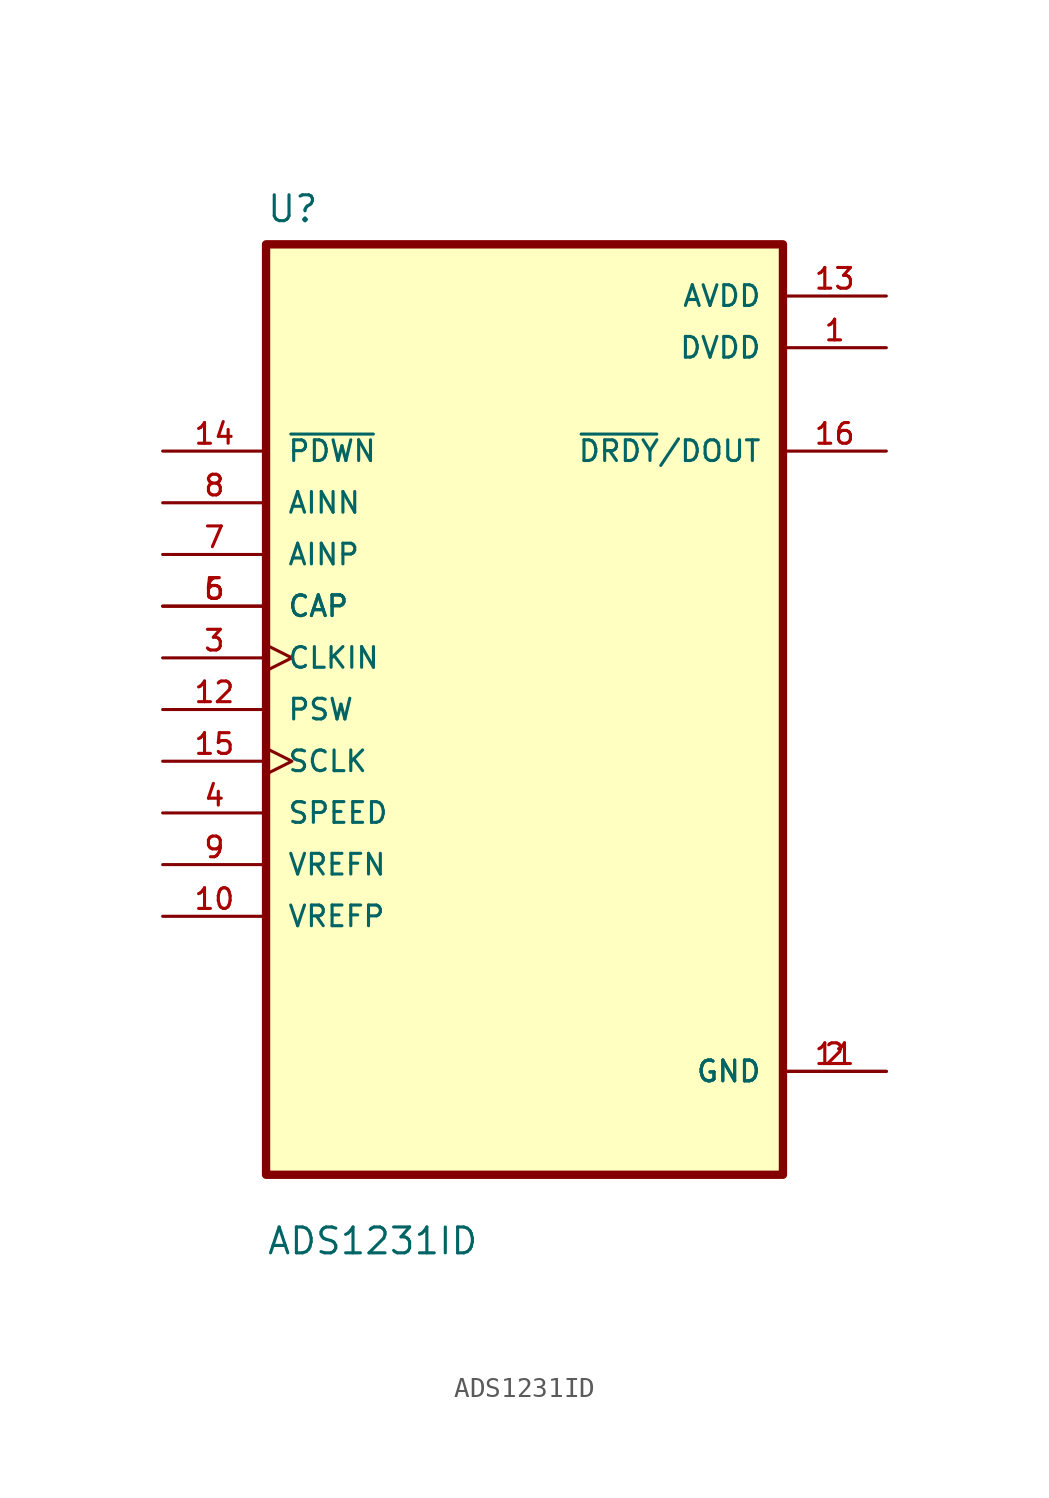
<source format=kicad_sym>
(kicad_symbol_lib
  (version 20211014)
  (generator kicad_symbol_editor)
  (symbol "ADS1231ID"
    (pin_names
      (offset 1.016))
    (property "Reference" "U"
      (at -12.7 23.86 0.0)
      (effects (font (size 1.27 1.27)) (justify bottom left)))
    (property "Value" "ADS1231ID"
      (at -12.7 -26.86 0.0)
      (effects (font (size 1.27 1.27)) (justify bottom left)))
    (symbol "ADS1231ID_0_0"
      (rectangle (start -12.7 -22.86) (end 12.7 22.86) (stroke (width 0.41)) (fill (type background)))
      (pin input line (at -17.78 12.7 0) (length 5.08) (name "~{PDWN}" (effects (font (size 1.016 1.016)))) (number "14" (effects (font (size 1.016 1.016)))))
      (pin input line (at -17.78 10.16 0) (length 5.08) (name "AINN" (effects (font (size 1.016 1.016)))) (number "8" (effects (font (size 1.016 1.016)))))
      (pin input line (at -17.78 7.62 0) (length 5.08) (name "AINP" (effects (font (size 1.016 1.016)))) (number "7" (effects (font (size 1.016 1.016)))))
      (pin input line (at -17.78 5.08 0) (length 5.08) (name "CAP" (effects (font (size 1.016 1.016)))) (number "5" (effects (font (size 1.016 1.016)))))
      (pin input line (at -17.78 5.08 0) (length 5.08) (name "CAP" (effects (font (size 1.016 1.016)))) (number "6" (effects (font (size 1.016 1.016)))))
      (pin input clock (at -17.78 2.54 0) (length 5.08) (name "CLKIN" (effects (font (size 1.016 1.016)))) (number "3" (effects (font (size 1.016 1.016)))))
      (pin input line (at -17.78 0.0 0) (length 5.08) (name "PSW" (effects (font (size 1.016 1.016)))) (number "12" (effects (font (size 1.016 1.016)))))
      (pin input clock (at -17.78 -2.54 0) (length 5.08) (name "SCLK" (effects (font (size 1.016 1.016)))) (number "15" (effects (font (size 1.016 1.016)))))
      (pin input line (at -17.78 -5.08 0) (length 5.08) (name "SPEED" (effects (font (size 1.016 1.016)))) (number "4" (effects (font (size 1.016 1.016)))))
      (pin input line (at -17.78 -7.62 0) (length 5.08) (name "VREFN" (effects (font (size 1.016 1.016)))) (number "9" (effects (font (size 1.016 1.016)))))
      (pin input line (at -17.78 -10.16 0) (length 5.08) (name "VREFP" (effects (font (size 1.016 1.016)))) (number "10" (effects (font (size 1.016 1.016)))))
      (pin power_in line (at 17.78 20.32 180.0) (length 5.08) (name "AVDD" (effects (font (size 1.016 1.016)))) (number "13" (effects (font (size 1.016 1.016)))))
      (pin power_in line (at 17.78 17.78 180.0) (length 5.08) (name "DVDD" (effects (font (size 1.016 1.016)))) (number "1" (effects (font (size 1.016 1.016)))))
      (pin output line (at 17.78 12.7 180.0) (length 5.08) (name "~{DRDY}/DOUT" (effects (font (size 1.016 1.016)))) (number "16" (effects (font (size 1.016 1.016)))))
      (pin power_in line (at 17.78 -17.78 180.0) (length 5.08) (name "GND" (effects (font (size 1.016 1.016)))) (number "2" (effects (font (size 1.016 1.016)))))
      (pin power_in line (at 17.78 -17.78 180.0) (length 5.08) (name "GND" (effects (font (size 1.016 1.016)))) (number "11" (effects (font (size 1.016 1.016))))))))
</source>
